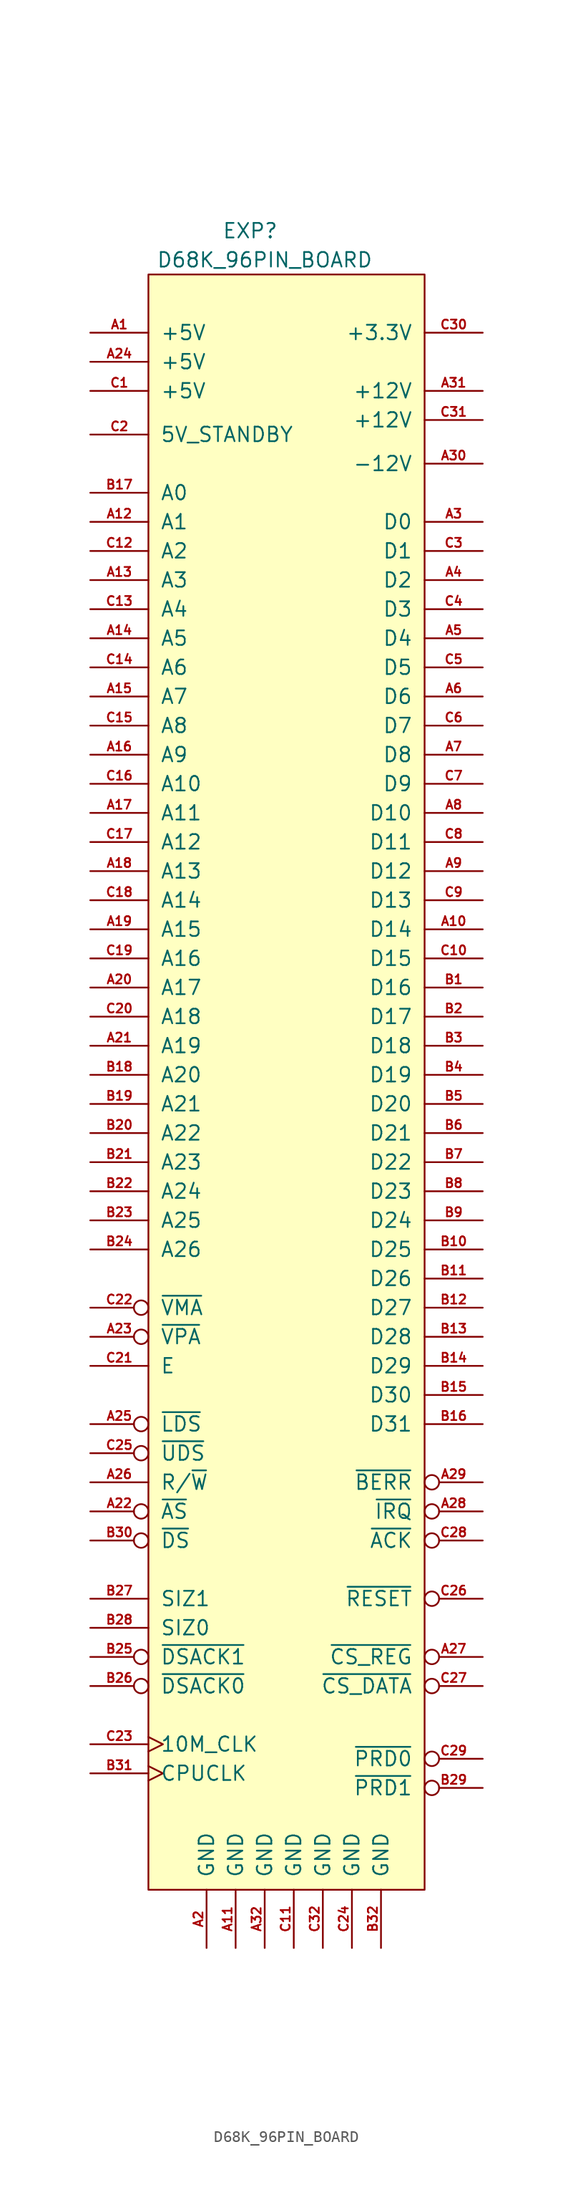
<source format=kicad_sym>
(kicad_symbol_lib
  (version 20220914)
  (generator kicad_symbol_editor)
  (symbol "D68K_96PIN_BOARD"
    (pin_names
      (offset 1.016))
    (property "Reference" "EXP"
      (at -3.81 68.58 0)
      (effects (font (size 1.27 1.27))))
    (property "Value" "D68K_96PIN_BOARD"
      (at -2.54 66.04 0)
      (effects (font (size 1.27 1.27))))
    (symbol "D68K_96PIN_BOARD_0_1"
      (rectangle (start -12.7 64.77) (end 11.43 -76.2) (stroke (width 0) (type default)) (fill (type background))))
    (symbol "D68K_96PIN_BOARD_1_1"
      (pin power_in line (at -17.78 59.69 0) (length 5.08) (name "+5V" (effects (font (size 1.27 1.27)))) (number "A1" (effects (font (size 0.787 0.787)))))
      (pin bidirectional line (at 16.51 7.62 180) (length 5.08) (name "D14" (effects (font (size 1.27 1.27)))) (number "A10" (effects (font (size 0.787 0.787)))))
      (pin power_in line (at -5.08 -81.28 90) (length 5.08) (name "GND" (effects (font (size 1.27 1.27)))) (number "A11" (effects (font (size 0.787 0.787)))))
      (pin output line (at -17.78 43.18 0) (length 5.08) (name "A1" (effects (font (size 1.27 1.27)))) (number "A12" (effects (font (size 0.787 0.787)))))
      (pin output line (at -17.78 38.1 0) (length 5.08) (name "A3" (effects (font (size 1.27 1.27)))) (number "A13" (effects (font (size 0.787 0.787)))))
      (pin output line (at -17.78 33.02 0) (length 5.08) (name "A5" (effects (font (size 1.27 1.27)))) (number "A14" (effects (font (size 0.787 0.787)))))
      (pin output line (at -17.78 27.94 0) (length 5.08) (name "A7" (effects (font (size 1.27 1.27)))) (number "A15" (effects (font (size 0.787 0.787)))))
      (pin output line (at -17.78 22.86 0) (length 5.08) (name "A9" (effects (font (size 1.27 1.27)))) (number "A16" (effects (font (size 0.787 0.787)))))
      (pin output line (at -17.78 17.78 0) (length 5.08) (name "A11" (effects (font (size 1.27 1.27)))) (number "A17" (effects (font (size 0.787 0.787)))))
      (pin output line (at -17.78 12.7 0) (length 5.08) (name "A13" (effects (font (size 1.27 1.27)))) (number "A18" (effects (font (size 0.787 0.787)))))
      (pin output line (at -17.78 7.62 0) (length 5.08) (name "A15" (effects (font (size 1.27 1.27)))) (number "A19" (effects (font (size 0.787 0.787)))))
      (pin power_in line (at -7.62 -81.28 90) (length 5.08) (name "GND" (effects (font (size 1.27 1.27)))) (number "A2" (effects (font (size 0.787 0.787)))))
      (pin output line (at -17.78 2.54 0) (length 5.08) (name "A17" (effects (font (size 1.27 1.27)))) (number "A20" (effects (font (size 0.787 0.787)))))
      (pin output line (at -17.78 -2.54 0) (length 5.08) (name "A19" (effects (font (size 1.27 1.27)))) (number "A21" (effects (font (size 0.787 0.787)))))
      (pin output inverted (at -17.78 -43.18 0) (length 5.08) (name "~{AS}" (effects (font (size 1.27 1.27)))) (number "A22" (effects (font (size 0.787 0.787)))))
      (pin tri_state inverted (at -17.78 -27.94 0) (length 5.08) (name "~{VPA}" (effects (font (size 1.27 1.27)))) (number "A23" (effects (font (size 0.787 0.787)))))
      (pin power_in line (at -17.78 57.15 0) (length 5.08) (name "+5V" (effects (font (size 1.27 1.27)))) (number "A24" (effects (font (size 0.787 0.787)))))
      (pin output inverted (at -17.78 -35.56 0) (length 5.08) (name "~{LDS}" (effects (font (size 1.27 1.27)))) (number "A25" (effects (font (size 0.787 0.787)))))
      (pin output line (at -17.78 -40.64 0) (length 5.08) (name "R/~{W}" (effects (font (size 1.27 1.27)))) (number "A26" (effects (font (size 0.787 0.787)))))
      (pin output inverted (at 16.51 -55.88 180) (length 5.08) (name "~{CS_REG}" (effects (font (size 1.27 1.27)))) (number "A27" (effects (font (size 0.787 0.787)))))
      (pin tri_state inverted (at 16.51 -43.18 180) (length 5.08) (name "~{IRQ}" (effects (font (size 1.27 1.27)))) (number "A28" (effects (font (size 0.787 0.787)))))
      (pin tri_state inverted (at 16.51 -40.64 180) (length 5.08) (name "~{BERR}" (effects (font (size 1.27 1.27)))) (number "A29" (effects (font (size 0.787 0.787)))))
      (pin bidirectional line (at 16.51 43.18 180) (length 5.08) (name "D0" (effects (font (size 1.27 1.27)))) (number "A3" (effects (font (size 0.787 0.787)))))
      (pin power_in line (at 16.51 48.26 180) (length 5.08) (name "-12V" (effects (font (size 1.27 1.27)))) (number "A30" (effects (font (size 0.787 0.787)))))
      (pin power_in line (at 16.51 54.61 180) (length 5.08) (name "+12V" (effects (font (size 1.27 1.27)))) (number "A31" (effects (font (size 0.787 0.787)))))
      (pin power_in line (at -2.54 -81.28 90) (length 5.08) (name "GND" (effects (font (size 1.27 1.27)))) (number "A32" (effects (font (size 0.787 0.787)))))
      (pin bidirectional line (at 16.51 38.1 180) (length 5.08) (name "D2" (effects (font (size 1.27 1.27)))) (number "A4" (effects (font (size 0.787 0.787)))))
      (pin bidirectional line (at 16.51 33.02 180) (length 5.08) (name "D4" (effects (font (size 1.27 1.27)))) (number "A5" (effects (font (size 0.787 0.787)))))
      (pin bidirectional line (at 16.51 27.94 180) (length 5.08) (name "D6" (effects (font (size 1.27 1.27)))) (number "A6" (effects (font (size 0.787 0.787)))))
      (pin bidirectional line (at 16.51 22.86 180) (length 5.08) (name "D8" (effects (font (size 1.27 1.27)))) (number "A7" (effects (font (size 0.787 0.787)))))
      (pin bidirectional line (at 16.51 17.78 180) (length 5.08) (name "D10" (effects (font (size 1.27 1.27)))) (number "A8" (effects (font (size 0.787 0.787)))))
      (pin bidirectional line (at 16.51 12.7 180) (length 5.08) (name "D12" (effects (font (size 1.27 1.27)))) (number "A9" (effects (font (size 0.787 0.787)))))
      (pin bidirectional line (at 16.51 2.54 180) (length 5.08) (name "D16" (effects (font (size 1.27 1.27)))) (number "B1" (effects (font (size 0.787 0.787)))))
      (pin bidirectional line (at 16.51 -20.32 180) (length 5.08) (name "D25" (effects (font (size 1.27 1.27)))) (number "B10" (effects (font (size 0.787 0.787)))))
      (pin bidirectional line (at 16.51 -22.86 180) (length 5.08) (name "D26" (effects (font (size 1.27 1.27)))) (number "B11" (effects (font (size 0.787 0.787)))))
      (pin bidirectional line (at 16.51 -25.4 180) (length 5.08) (name "D27" (effects (font (size 1.27 1.27)))) (number "B12" (effects (font (size 0.787 0.787)))))
      (pin bidirectional line (at 16.51 -27.94 180) (length 5.08) (name "D28" (effects (font (size 1.27 1.27)))) (number "B13" (effects (font (size 0.787 0.787)))))
      (pin bidirectional line (at 16.51 -30.48 180) (length 5.08) (name "D29" (effects (font (size 1.27 1.27)))) (number "B14" (effects (font (size 0.787 0.787)))))
      (pin bidirectional line (at 16.51 -33.02 180) (length 5.08) (name "D30" (effects (font (size 1.27 1.27)))) (number "B15" (effects (font (size 0.787 0.787)))))
      (pin bidirectional line (at 16.51 -35.56 180) (length 5.08) (name "D31" (effects (font (size 1.27 1.27)))) (number "B16" (effects (font (size 0.787 0.787)))))
      (pin output line (at -17.78 45.72 0) (length 5.08) (name "A0" (effects (font (size 1.27 1.27)))) (number "B17" (effects (font (size 0.787 0.787)))))
      (pin output line (at -17.78 -5.08 0) (length 5.08) (name "A20" (effects (font (size 1.27 1.27)))) (number "B18" (effects (font (size 0.787 0.787)))))
      (pin output line (at -17.78 -7.62 0) (length 5.08) (name "A21" (effects (font (size 1.27 1.27)))) (number "B19" (effects (font (size 0.787 0.787)))))
      (pin bidirectional line (at 16.51 0 180) (length 5.08) (name "D17" (effects (font (size 1.27 1.27)))) (number "B2" (effects (font (size 0.787 0.787)))))
      (pin output line (at -17.78 -10.16 0) (length 5.08) (name "A22" (effects (font (size 1.27 1.27)))) (number "B20" (effects (font (size 0.787 0.787)))))
      (pin output line (at -17.78 -12.7 0) (length 5.08) (name "A23" (effects (font (size 1.27 1.27)))) (number "B21" (effects (font (size 0.787 0.787)))))
      (pin output line (at -17.78 -15.24 0) (length 5.08) (name "A24" (effects (font (size 1.27 1.27)))) (number "B22" (effects (font (size 0.787 0.787)))))
      (pin output line (at -17.78 -17.78 0) (length 5.08) (name "A25" (effects (font (size 1.27 1.27)))) (number "B23" (effects (font (size 0.787 0.787)))))
      (pin output line (at -17.78 -20.32 0) (length 5.08) (name "A26" (effects (font (size 1.27 1.27)))) (number "B24" (effects (font (size 0.787 0.787)))))
      (pin input inverted (at -17.78 -55.88 0) (length 5.08) (name "~{DSACK1}" (effects (font (size 1.27 1.27)))) (number "B25" (effects (font (size 0.787 0.787)))))
      (pin input inverted (at -17.78 -58.42 0) (length 5.08) (name "~{DSACK0}" (effects (font (size 1.27 1.27)))) (number "B26" (effects (font (size 0.787 0.787)))))
      (pin output line (at -17.78 -50.8 0) (length 5.08) (name "SIZ1" (effects (font (size 1.27 1.27)))) (number "B27" (effects (font (size 0.787 0.787)))))
      (pin output line (at -17.78 -53.34 0) (length 5.08) (name "SIZ0" (effects (font (size 1.27 1.27)))) (number "B28" (effects (font (size 0.787 0.787)))))
      (pin input inverted (at 16.51 -67.31 180) (length 5.08) (name "~{PRD1}" (effects (font (size 1.27 1.27)))) (number "B29" (effects (font (size 0.787 0.787)))))
      (pin bidirectional line (at 16.51 -2.54 180) (length 5.08) (name "D18" (effects (font (size 1.27 1.27)))) (number "B3" (effects (font (size 0.787 0.787)))))
      (pin output inverted (at -17.78 -45.72 0) (length 5.08) (name "~{DS}" (effects (font (size 1.27 1.27)))) (number "B30" (effects (font (size 0.787 0.787)))))
      (pin input clock (at -17.78 -66.04 0) (length 5.08) (name "CPUCLK" (effects (font (size 1.27 1.27)))) (number "B31" (effects (font (size 0.787 0.787)))))
      (pin power_in line (at 7.62 -81.28 90) (length 5.08) (name "GND" (effects (font (size 1.27 1.27)))) (number "B32" (effects (font (size 0.787 0.787)))))
      (pin bidirectional line (at 16.51 -5.08 180) (length 5.08) (name "D19" (effects (font (size 1.27 1.27)))) (number "B4" (effects (font (size 0.787 0.787)))))
      (pin bidirectional line (at 16.51 -7.62 180) (length 5.08) (name "D20" (effects (font (size 1.27 1.27)))) (number "B5" (effects (font (size 0.787 0.787)))))
      (pin bidirectional line (at 16.51 -10.16 180) (length 5.08) (name "D21" (effects (font (size 1.27 1.27)))) (number "B6" (effects (font (size 0.787 0.787)))))
      (pin bidirectional line (at 16.51 -12.7 180) (length 5.08) (name "D22" (effects (font (size 1.27 1.27)))) (number "B7" (effects (font (size 0.787 0.787)))))
      (pin bidirectional line (at 16.51 -15.24 180) (length 5.08) (name "D23" (effects (font (size 1.27 1.27)))) (number "B8" (effects (font (size 0.787 0.787)))))
      (pin bidirectional line (at 16.51 -17.78 180) (length 5.08) (name "D24" (effects (font (size 1.27 1.27)))) (number "B9" (effects (font (size 0.787 0.787)))))
      (pin power_in line (at -17.78 54.61 0) (length 5.08) (name "+5V" (effects (font (size 1.27 1.27)))) (number "C1" (effects (font (size 0.787 0.787)))))
      (pin bidirectional line (at 16.51 5.08 180) (length 5.08) (name "D15" (effects (font (size 1.27 1.27)))) (number "C10" (effects (font (size 0.787 0.787)))))
      (pin power_in line (at 0 -81.28 90) (length 5.08) (name "GND" (effects (font (size 1.27 1.27)))) (number "C11" (effects (font (size 0.787 0.787)))))
      (pin output line (at -17.78 40.64 0) (length 5.08) (name "A2" (effects (font (size 1.27 1.27)))) (number "C12" (effects (font (size 0.787 0.787)))))
      (pin output line (at -17.78 35.56 0) (length 5.08) (name "A4" (effects (font (size 1.27 1.27)))) (number "C13" (effects (font (size 0.787 0.787)))))
      (pin output line (at -17.78 30.48 0) (length 5.08) (name "A6" (effects (font (size 1.27 1.27)))) (number "C14" (effects (font (size 0.787 0.787)))))
      (pin output line (at -17.78 25.4 0) (length 5.08) (name "A8" (effects (font (size 1.27 1.27)))) (number "C15" (effects (font (size 0.787 0.787)))))
      (pin output line (at -17.78 20.32 0) (length 5.08) (name "A10" (effects (font (size 1.27 1.27)))) (number "C16" (effects (font (size 0.787 0.787)))))
      (pin output line (at -17.78 15.24 0) (length 5.08) (name "A12" (effects (font (size 1.27 1.27)))) (number "C17" (effects (font (size 0.787 0.787)))))
      (pin output line (at -17.78 10.16 0) (length 5.08) (name "A14" (effects (font (size 1.27 1.27)))) (number "C18" (effects (font (size 0.787 0.787)))))
      (pin output line (at -17.78 5.08 0) (length 5.08) (name "A16" (effects (font (size 1.27 1.27)))) (number "C19" (effects (font (size 0.787 0.787)))))
      (pin power_in line (at -17.78 50.8 0) (length 5.08) (name "5V_STANDBY" (effects (font (size 1.27 1.27)))) (number "C2" (effects (font (size 0.787 0.787)))))
      (pin output line (at -17.78 0 0) (length 5.08) (name "A18" (effects (font (size 1.27 1.27)))) (number "C20" (effects (font (size 0.787 0.787)))))
      (pin output line (at -17.78 -30.48 0) (length 5.08) (name "E" (effects (font (size 1.27 1.27)))) (number "C21" (effects (font (size 0.787 0.787)))))
      (pin unspecified inverted (at -17.78 -25.4 0) (length 5.08) (name "~{VMA}" (effects (font (size 1.27 1.27)))) (number "C22" (effects (font (size 0.787 0.787)))))
      (pin output clock (at -17.78 -63.5 0) (length 5.08) (name "10M_CLK" (effects (font (size 1.27 1.27)))) (number "C23" (effects (font (size 0.787 0.787)))))
      (pin power_in line (at 5.08 -81.28 90) (length 5.08) (name "GND" (effects (font (size 1.27 1.27)))) (number "C24" (effects (font (size 0.787 0.787)))))
      (pin output inverted (at -17.78 -38.1 0) (length 5.08) (name "~{UDS}" (effects (font (size 1.27 1.27)))) (number "C25" (effects (font (size 0.787 0.787)))))
      (pin output inverted (at 16.51 -50.8 180) (length 5.08) (name "~{RESET}" (effects (font (size 1.27 1.27)))) (number "C26" (effects (font (size 0.787 0.787)))))
      (pin output inverted (at 16.51 -58.42 180) (length 5.08) (name "~{CS_DATA}" (effects (font (size 1.27 1.27)))) (number "C27" (effects (font (size 0.787 0.787)))))
      (pin tri_state inverted (at 16.51 -45.72 180) (length 5.08) (name "~{ACK}" (effects (font (size 1.27 1.27)))) (number "C28" (effects (font (size 0.787 0.787)))))
      (pin input inverted (at 16.51 -64.77 180) (length 5.08) (name "~{PRD0}" (effects (font (size 1.27 1.27)))) (number "C29" (effects (font (size 0.787 0.787)))))
      (pin bidirectional line (at 16.51 40.64 180) (length 5.08) (name "D1" (effects (font (size 1.27 1.27)))) (number "C3" (effects (font (size 0.787 0.787)))))
      (pin power_in line (at 16.51 59.69 180) (length 5.08) (name "+3.3V" (effects (font (size 1.27 1.27)))) (number "C30" (effects (font (size 0.787 0.787)))))
      (pin power_in line (at 16.51 52.07 180) (length 5.08) (name "+12V" (effects (font (size 1.27 1.27)))) (number "C31" (effects (font (size 0.787 0.787)))))
      (pin power_in line (at 2.54 -81.28 90) (length 5.08) (name "GND" (effects (font (size 1.27 1.27)))) (number "C32" (effects (font (size 0.787 0.787)))))
      (pin bidirectional line (at 16.51 35.56 180) (length 5.08) (name "D3" (effects (font (size 1.27 1.27)))) (number "C4" (effects (font (size 0.787 0.787)))))
      (pin bidirectional line (at 16.51 30.48 180) (length 5.08) (name "D5" (effects (font (size 1.27 1.27)))) (number "C5" (effects (font (size 0.787 0.787)))))
      (pin bidirectional line (at 16.51 25.4 180) (length 5.08) (name "D7" (effects (font (size 1.27 1.27)))) (number "C6" (effects (font (size 0.787 0.787)))))
      (pin bidirectional line (at 16.51 20.32 180) (length 5.08) (name "D9" (effects (font (size 1.27 1.27)))) (number "C7" (effects (font (size 0.787 0.787)))))
      (pin bidirectional line (at 16.51 15.24 180) (length 5.08) (name "D11" (effects (font (size 1.27 1.27)))) (number "C8" (effects (font (size 0.787 0.787)))))
      (pin bidirectional line (at 16.51 10.16 180) (length 5.08) (name "D13" (effects (font (size 1.27 1.27)))) (number "C9" (effects (font (size 0.787 0.787))))))))
</source>
